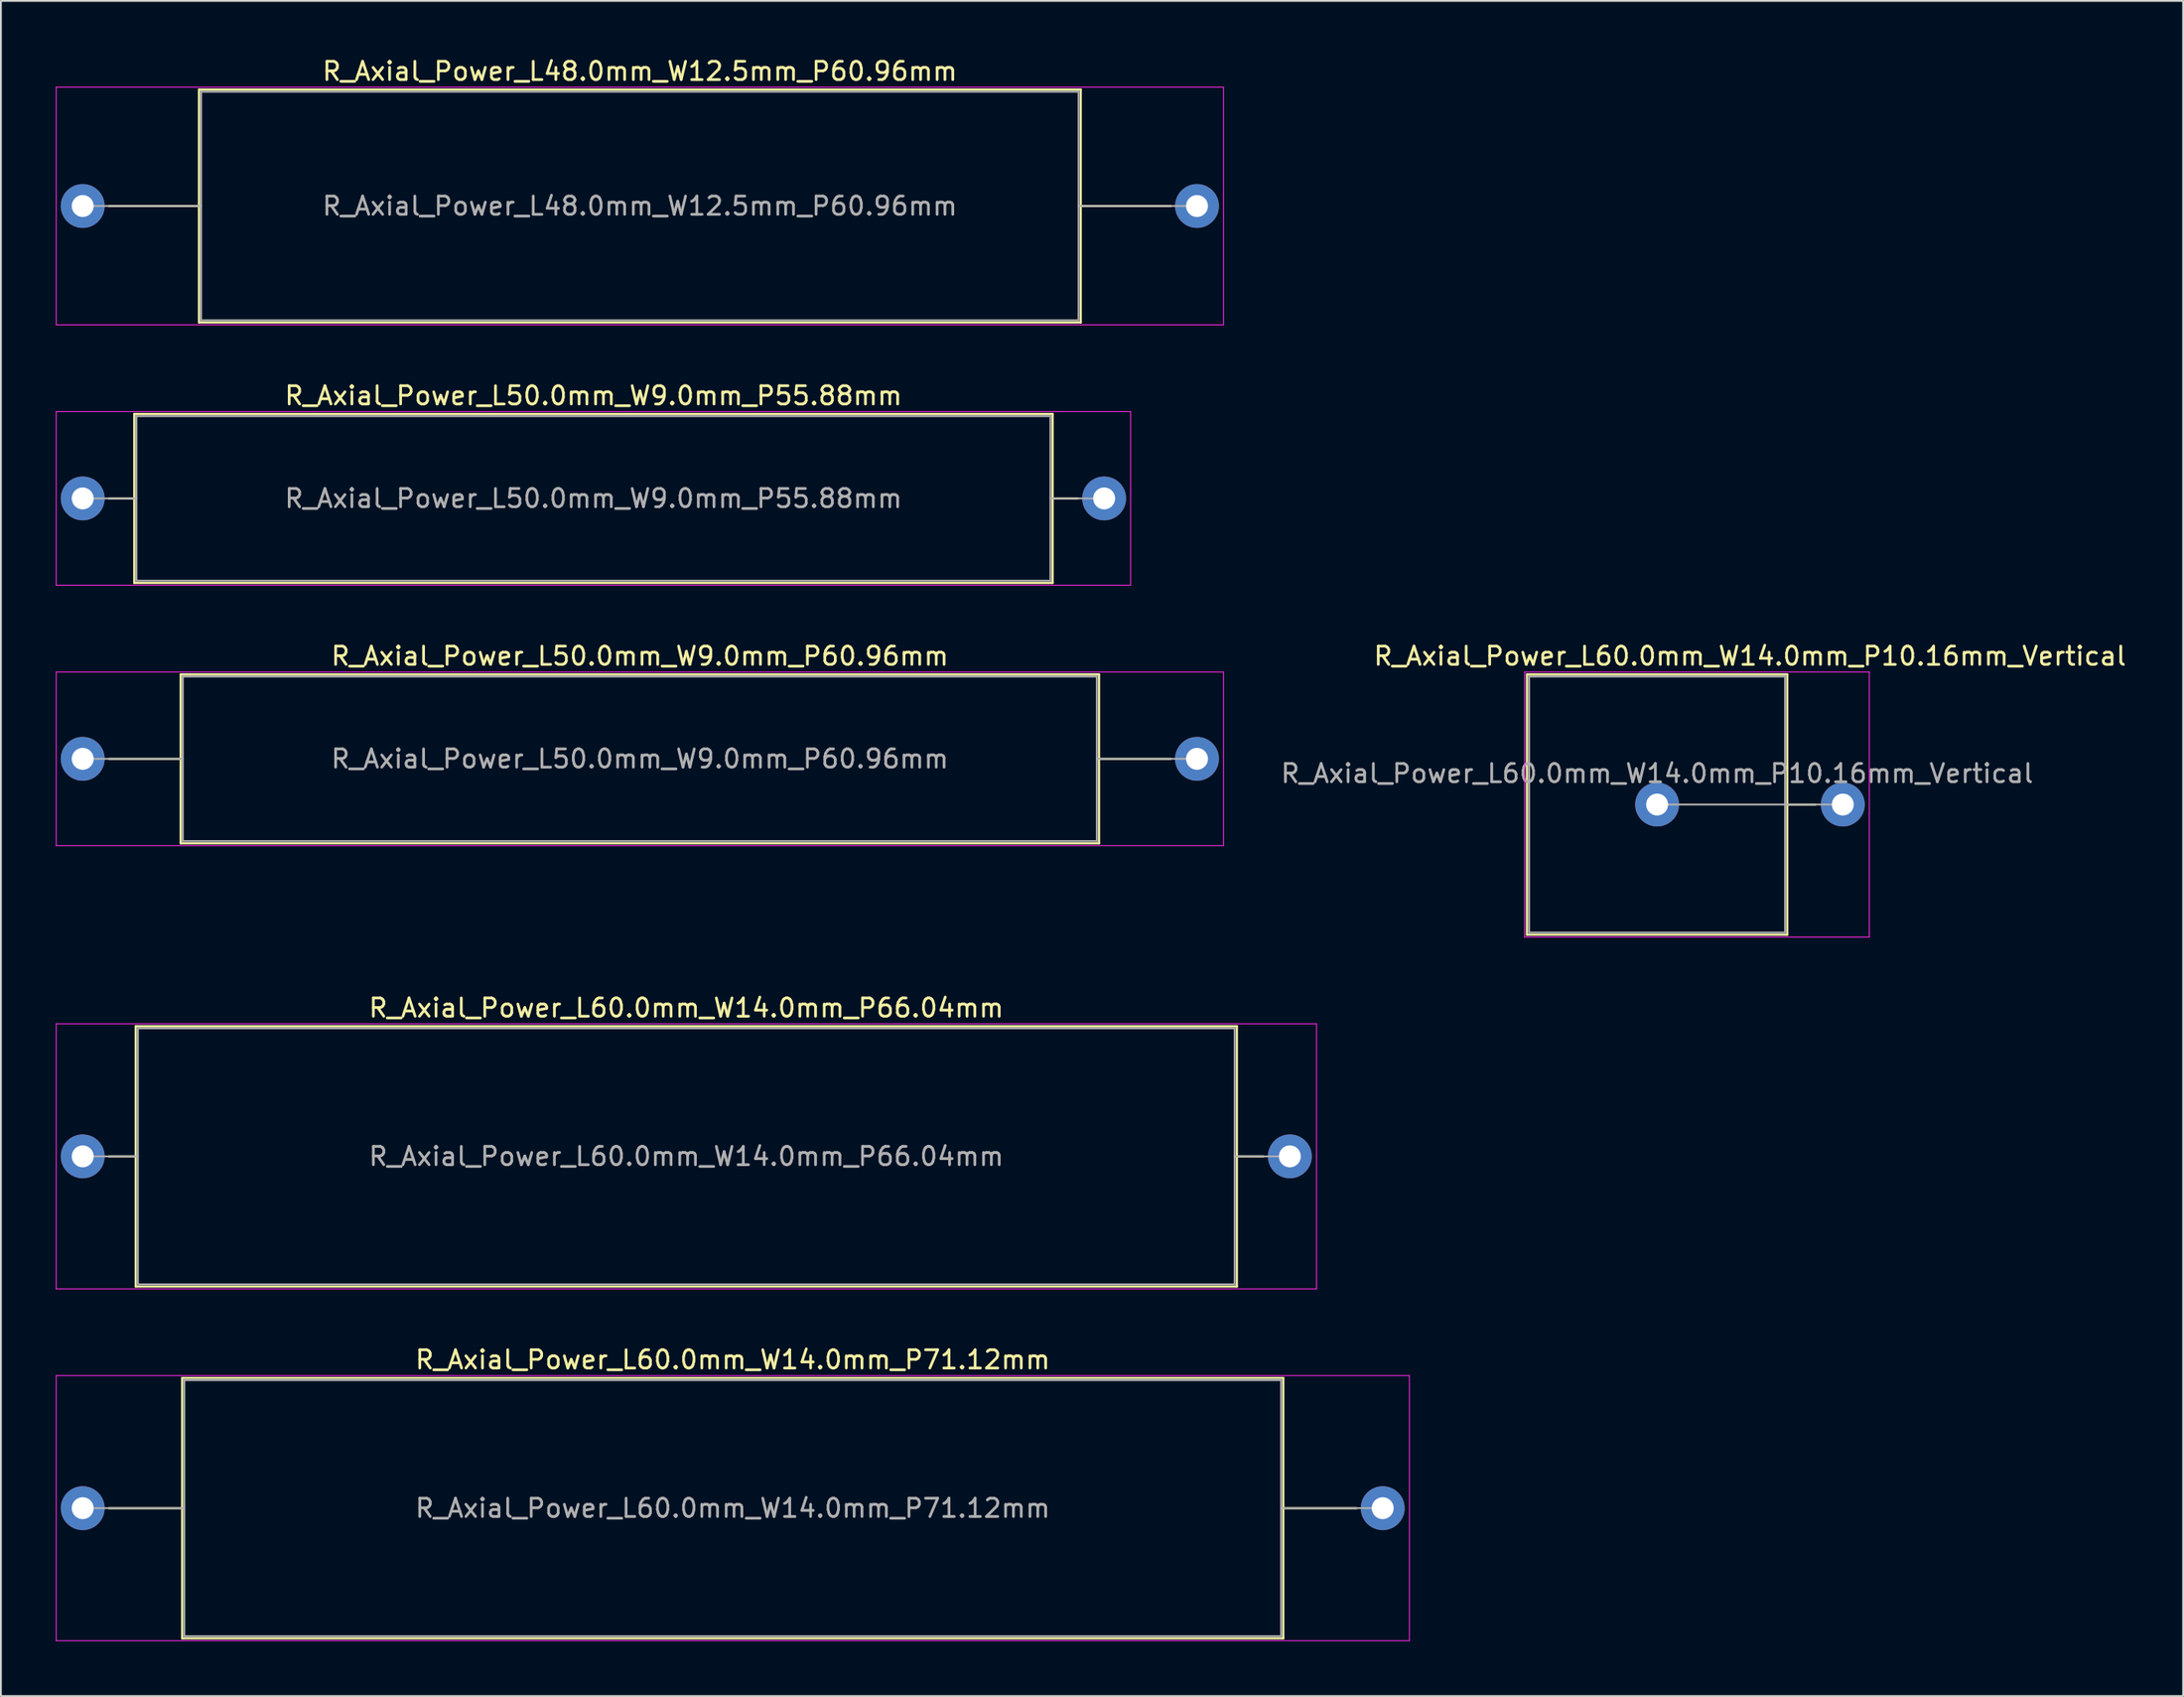
<source format=kicad_pcb>
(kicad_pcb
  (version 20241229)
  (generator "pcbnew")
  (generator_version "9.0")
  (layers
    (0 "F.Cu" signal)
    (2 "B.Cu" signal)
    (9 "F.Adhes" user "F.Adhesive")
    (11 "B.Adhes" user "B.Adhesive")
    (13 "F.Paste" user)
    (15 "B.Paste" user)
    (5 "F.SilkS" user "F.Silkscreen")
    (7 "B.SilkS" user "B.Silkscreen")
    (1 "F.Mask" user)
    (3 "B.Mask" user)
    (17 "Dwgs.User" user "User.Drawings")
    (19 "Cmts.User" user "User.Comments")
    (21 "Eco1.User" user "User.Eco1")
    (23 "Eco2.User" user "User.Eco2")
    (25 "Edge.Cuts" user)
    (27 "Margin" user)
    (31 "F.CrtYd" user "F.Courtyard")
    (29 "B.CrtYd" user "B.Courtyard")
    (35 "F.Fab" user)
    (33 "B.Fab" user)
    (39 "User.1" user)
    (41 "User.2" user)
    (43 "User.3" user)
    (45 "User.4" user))
  (footprint "R_Axial_Power_L50.0mm_W9.0mm_P55.88mm"
    (layer "F.Cu")
    (at 1.475 24.212)
    (property "Reference" "R_Axial_Power_L50.0mm_W9.0mm_P55.88mm" (at 27.94 -5.62 0) (layer "F.SilkS") (effects (font (size 1 1) (thickness 0.15))))
    (attr through_hole)
    (fp_line (start 1.44 0) (end 2.82 0) (stroke (width 0.12) (type solid)) (layer "F.SilkS"))
    (fp_line (start 2.82 -4.62) (end 2.82 4.62) (stroke (width 0.12) (type solid)) (layer "F.SilkS"))
    (fp_line (start 2.82 4.62) (end 53.06 4.62) (stroke (width 0.12) (type solid)) (layer "F.SilkS"))
    (fp_line (start 53.06 -4.62) (end 2.82 -4.62) (stroke (width 0.12) (type solid)) (layer "F.SilkS"))
    (fp_line (start 53.06 4.62) (end 53.06 -4.62) (stroke (width 0.12) (type solid)) (layer "F.SilkS"))
    (fp_line (start 54.44 0) (end 53.06 0) (stroke (width 0.12) (type solid)) (layer "F.SilkS"))
    (fp_line (start -1.45 -4.75) (end -1.45 4.75) (stroke (width 0.05) (type solid)) (layer "F.CrtYd"))
    (fp_line (start -1.45 4.75) (end 57.33 4.75) (stroke (width 0.05) (type solid)) (layer "F.CrtYd"))
    (fp_line (start 57.33 -4.75) (end -1.45 -4.75) (stroke (width 0.05) (type solid)) (layer "F.CrtYd"))
    (fp_line (start 57.33 4.75) (end 57.33 -4.75) (stroke (width 0.05) (type solid)) (layer "F.CrtYd"))
    (fp_line (start 0 0) (end 2.94 0) (stroke (width 0.1) (type solid)) (layer "F.Fab"))
    (fp_line (start 2.94 -4.5) (end 2.94 4.5) (stroke (width 0.1) (type solid)) (layer "F.Fab"))
    (fp_line (start 2.94 4.5) (end 52.94 4.5) (stroke (width 0.1) (type solid)) (layer "F.Fab"))
    (fp_line (start 52.94 -4.5) (end 2.94 -4.5) (stroke (width 0.1) (type solid)) (layer "F.Fab"))
    (fp_line (start 52.94 4.5) (end 52.94 -4.5) (stroke (width 0.1) (type solid)) (layer "F.Fab"))
    (fp_line (start 55.88 0) (end 52.94 0) (stroke (width 0.1) (type solid)) (layer "F.Fab"))
    (fp_text user "${REFERENCE}" (at 27.94 0 0) (layer "F.Fab") (effects (font (size 1 1) (thickness 0.15))))
    (pad "1" thru_hole circle (at 0 0) (size 2.4 2.4) (drill 1.2) (layers "*.Cu" "*.Mask"))
    (pad "2" thru_hole oval (at 55.88 0) (size 2.4 2.4) (drill 1.2) (layers "*.Cu" "*.Mask")))
  (footprint "R_Axial_Power_L60.0mm_W14.0mm_P66.04mm"
    (layer "F.Cu")
    (at 1.475 60.198)
    (property "Reference" "R_Axial_Power_L60.0mm_W14.0mm_P66.04mm" (at 33.02 -8.12 0) (layer "F.SilkS") (effects (font (size 1 1) (thickness 0.15))))
    (attr through_hole)
    (fp_line (start 1.44 0) (end 2.9 0) (stroke (width 0.12) (type solid)) (layer "F.SilkS"))
    (fp_line (start 2.9 -7.12) (end 2.9 7.12) (stroke (width 0.12) (type solid)) (layer "F.SilkS"))
    (fp_line (start 2.9 7.12) (end 63.14 7.12) (stroke (width 0.12) (type solid)) (layer "F.SilkS"))
    (fp_line (start 63.14 -7.12) (end 2.9 -7.12) (stroke (width 0.12) (type solid)) (layer "F.SilkS"))
    (fp_line (start 63.14 7.12) (end 63.14 -7.12) (stroke (width 0.12) (type solid)) (layer "F.SilkS"))
    (fp_line (start 64.6 0) (end 63.14 0) (stroke (width 0.12) (type solid)) (layer "F.SilkS"))
    (fp_line (start -1.45 -7.25) (end -1.45 7.25) (stroke (width 0.05) (type solid)) (layer "F.CrtYd"))
    (fp_line (start -1.45 7.25) (end 67.5 7.25) (stroke (width 0.05) (type solid)) (layer "F.CrtYd"))
    (fp_line (start 67.5 -7.25) (end -1.45 -7.25) (stroke (width 0.05) (type solid)) (layer "F.CrtYd"))
    (fp_line (start 67.5 7.25) (end 67.5 -7.25) (stroke (width 0.05) (type solid)) (layer "F.CrtYd"))
    (fp_line (start 0 0) (end 3.02 0) (stroke (width 0.1) (type solid)) (layer "F.Fab"))
    (fp_line (start 3.02 -7) (end 3.02 7) (stroke (width 0.1) (type solid)) (layer "F.Fab"))
    (fp_line (start 3.02 7) (end 63.02 7) (stroke (width 0.1) (type solid)) (layer "F.Fab"))
    (fp_line (start 63.02 -7) (end 3.02 -7) (stroke (width 0.1) (type solid)) (layer "F.Fab"))
    (fp_line (start 63.02 7) (end 63.02 -7) (stroke (width 0.1) (type solid)) (layer "F.Fab"))
    (fp_line (start 66.04 0) (end 63.02 0) (stroke (width 0.1) (type solid)) (layer "F.Fab"))
    (fp_text user "${REFERENCE}" (at 33.02 0 0) (layer "F.Fab") (effects (font (size 1 1) (thickness 0.15))))
    (pad "1" thru_hole circle (at 0 0) (size 2.4 2.4) (drill 1.2) (layers "*.Cu" "*.Mask"))
    (pad "2" thru_hole oval (at 66.04 0) (size 2.4 2.4) (drill 1.2) (layers "*.Cu" "*.Mask")))
  (footprint "R_Axial_Power_L50.0mm_W9.0mm_P60.96mm"
    (layer "F.Cu")
    (at 1.475 38.455)
    (property "Reference" "R_Axial_Power_L50.0mm_W9.0mm_P60.96mm" (at 30.48 -5.62 0) (layer "F.SilkS") (effects (font (size 1 1) (thickness 0.15))))
    (attr through_hole)
    (fp_line (start 1.44 0) (end 5.36 0) (stroke (width 0.12) (type solid)) (layer "F.SilkS"))
    (fp_line (start 5.36 -4.62) (end 5.36 4.62) (stroke (width 0.12) (type solid)) (layer "F.SilkS"))
    (fp_line (start 5.36 4.62) (end 55.6 4.62) (stroke (width 0.12) (type solid)) (layer "F.SilkS"))
    (fp_line (start 55.6 -4.62) (end 5.36 -4.62) (stroke (width 0.12) (type solid)) (layer "F.SilkS"))
    (fp_line (start 55.6 4.62) (end 55.6 -4.62) (stroke (width 0.12) (type solid)) (layer "F.SilkS"))
    (fp_line (start 59.52 0) (end 55.6 0) (stroke (width 0.12) (type solid)) (layer "F.SilkS"))
    (fp_line (start -1.45 -4.75) (end -1.45 4.75) (stroke (width 0.05) (type solid)) (layer "F.CrtYd"))
    (fp_line (start -1.45 4.75) (end 62.41 4.75) (stroke (width 0.05) (type solid)) (layer "F.CrtYd"))
    (fp_line (start 62.41 -4.75) (end -1.45 -4.75) (stroke (width 0.05) (type solid)) (layer "F.CrtYd"))
    (fp_line (start 62.41 4.75) (end 62.41 -4.75) (stroke (width 0.05) (type solid)) (layer "F.CrtYd"))
    (fp_line (start 0 0) (end 5.48 0) (stroke (width 0.1) (type solid)) (layer "F.Fab"))
    (fp_line (start 5.48 -4.5) (end 5.48 4.5) (stroke (width 0.1) (type solid)) (layer "F.Fab"))
    (fp_line (start 5.48 4.5) (end 55.48 4.5) (stroke (width 0.1) (type solid)) (layer "F.Fab"))
    (fp_line (start 55.48 -4.5) (end 5.48 -4.5) (stroke (width 0.1) (type solid)) (layer "F.Fab"))
    (fp_line (start 55.48 4.5) (end 55.48 -4.5) (stroke (width 0.1) (type solid)) (layer "F.Fab"))
    (fp_line (start 60.96 0) (end 55.48 0) (stroke (width 0.1) (type solid)) (layer "F.Fab"))
    (fp_text user "${REFERENCE}" (at 30.48 0 0) (layer "F.Fab") (effects (font (size 1 1) (thickness 0.15))))
    (pad "1" thru_hole circle (at 0 0) (size 2.4 2.4) (drill 1.2) (layers "*.Cu" "*.Mask"))
    (pad "2" thru_hole oval (at 60.96 0) (size 2.4 2.4) (drill 1.2) (layers "*.Cu" "*.Mask")))
  (footprint "R_Axial_Power_L60.0mm_W14.0mm_P71.12mm"
    (layer "F.Cu")
    (at 1.475 79.441)
    (property "Reference" "R_Axial_Power_L60.0mm_W14.0mm_P71.12mm" (at 35.56 -8.12 0) (layer "F.SilkS") (effects (font (size 1 1) (thickness 0.15))))
    (attr through_hole)
    (fp_line (start 1.44 0) (end 5.44 0) (stroke (width 0.12) (type solid)) (layer "F.SilkS"))
    (fp_line (start 5.44 -7.12) (end 5.44 7.12) (stroke (width 0.12) (type solid)) (layer "F.SilkS"))
    (fp_line (start 5.44 7.12) (end 65.68 7.12) (stroke (width 0.12) (type solid)) (layer "F.SilkS"))
    (fp_line (start 65.68 -7.12) (end 5.44 -7.12) (stroke (width 0.12) (type solid)) (layer "F.SilkS"))
    (fp_line (start 65.68 7.12) (end 65.68 -7.12) (stroke (width 0.12) (type solid)) (layer "F.SilkS"))
    (fp_line (start 69.68 0) (end 65.68 0) (stroke (width 0.12) (type solid)) (layer "F.SilkS"))
    (fp_line (start -1.45 -7.25) (end -1.45 7.25) (stroke (width 0.05) (type solid)) (layer "F.CrtYd"))
    (fp_line (start -1.45 7.25) (end 72.58 7.25) (stroke (width 0.05) (type solid)) (layer "F.CrtYd"))
    (fp_line (start 72.58 -7.25) (end -1.45 -7.25) (stroke (width 0.05) (type solid)) (layer "F.CrtYd"))
    (fp_line (start 72.58 7.25) (end 72.58 -7.25) (stroke (width 0.05) (type solid)) (layer "F.CrtYd"))
    (fp_line (start 0 0) (end 5.56 0) (stroke (width 0.1) (type solid)) (layer "F.Fab"))
    (fp_line (start 5.56 -7) (end 5.56 7) (stroke (width 0.1) (type solid)) (layer "F.Fab"))
    (fp_line (start 5.56 7) (end 65.56 7) (stroke (width 0.1) (type solid)) (layer "F.Fab"))
    (fp_line (start 65.56 -7) (end 5.56 -7) (stroke (width 0.1) (type solid)) (layer "F.Fab"))
    (fp_line (start 65.56 7) (end 65.56 -7) (stroke (width 0.1) (type solid)) (layer "F.Fab"))
    (fp_line (start 71.12 0) (end 65.56 0) (stroke (width 0.1) (type solid)) (layer "F.Fab"))
    (fp_text user "${REFERENCE}" (at 35.56 0 0) (layer "F.Fab") (effects (font (size 1 1) (thickness 0.15))))
    (pad "1" thru_hole circle (at 0 0) (size 2.4 2.4) (drill 1.2) (layers "*.Cu" "*.Mask"))
    (pad "2" thru_hole oval (at 71.12 0) (size 2.4 2.4) (drill 1.2) (layers "*.Cu" "*.Mask")))
  (footprint "R_Axial_Power_L60.0mm_W14.0mm_P10.16mm_Vertical"
    (layer "F.Cu")
    (at 87.606 40.955)
    (property "Reference" "R_Axial_Power_L60.0mm_W14.0mm_P10.16mm_Vertical" (at 5.08 -8.12 0) (layer "F.SilkS") (effects (font (size 1 1) (thickness 0.15))))
    (attr through_hole)
    (fp_line (start -7.12 -7.12) (end -7.12 7.12) (stroke (width 0.12) (type solid)) (layer "F.SilkS"))
    (fp_line (start -7.12 7.12) (end 7.12 7.12) (stroke (width 0.12) (type solid)) (layer "F.SilkS"))
    (fp_line (start 7.12 -7.12) (end -7.12 -7.12) (stroke (width 0.12) (type solid)) (layer "F.SilkS"))
    (fp_line (start 7.12 0) (end 8.66 0) (stroke (width 0.12) (type solid)) (layer "F.SilkS"))
    (fp_line (start 7.12 7.12) (end 7.12 -7.12) (stroke (width 0.12) (type solid)) (layer "F.SilkS"))
    (fp_line (start -7.25 -7.25) (end -7.25 7.25) (stroke (width 0.05) (type solid)) (layer "F.CrtYd"))
    (fp_line (start -7.25 7.25) (end 11.61 7.25) (stroke (width 0.05) (type solid)) (layer "F.CrtYd"))
    (fp_line (start 11.61 -7.25) (end -7.25 -7.25) (stroke (width 0.05) (type solid)) (layer "F.CrtYd"))
    (fp_line (start 11.61 7.25) (end 11.61 -7.25) (stroke (width 0.05) (type solid)) (layer "F.CrtYd"))
    (fp_line (start -7 -7) (end -7 7) (stroke (width 0.1) (type solid)) (layer "F.Fab"))
    (fp_line (start -7 7) (end 7 7) (stroke (width 0.1) (type solid)) (layer "F.Fab"))
    (fp_line (start 0 0) (end 10.16 0) (stroke (width 0.1) (type solid)) (layer "F.Fab"))
    (fp_line (start 7 -7) (end -7 -7) (stroke (width 0.1) (type solid)) (layer "F.Fab"))
    (fp_line (start 7 7) (end 7 -7) (stroke (width 0.1) (type solid)) (layer "F.Fab"))
    (fp_text user "${REFERENCE}" (at 0 -1.7 0) (layer "F.Fab") (effects (font (size 1 1) (thickness 0.15))))
    (pad "1" thru_hole circle (at 0 0) (size 2.4 2.4) (drill 1.2) (layers "*.Cu" "*.Mask"))
    (pad "2" thru_hole oval (at 10.16 0) (size 2.4 2.4) (drill 1.2) (layers "*.Cu" "*.Mask")))
  (footprint "R_Axial_Power_L48.0mm_W12.5mm_P60.96mm"
    (layer "F.Cu")
    (at 1.475 8.218)
    (property "Reference" "R_Axial_Power_L48.0mm_W12.5mm_P60.96mm" (at 30.48 -7.37 0) (layer "F.SilkS") (effects (font (size 1 1) (thickness 0.15))))
    (attr through_hole)
    (fp_line (start 1.44 0) (end 6.36 0) (stroke (width 0.12) (type solid)) (layer "F.SilkS"))
    (fp_line (start 6.36 -6.37) (end 6.36 6.37) (stroke (width 0.12) (type solid)) (layer "F.SilkS"))
    (fp_line (start 6.36 6.37) (end 54.6 6.37) (stroke (width 0.12) (type solid)) (layer "F.SilkS"))
    (fp_line (start 54.6 -6.37) (end 6.36 -6.37) (stroke (width 0.12) (type solid)) (layer "F.SilkS"))
    (fp_line (start 54.6 6.37) (end 54.6 -6.37) (stroke (width 0.12) (type solid)) (layer "F.SilkS"))
    (fp_line (start 59.52 0) (end 54.6 0) (stroke (width 0.12) (type solid)) (layer "F.SilkS"))
    (fp_line (start -1.45 -6.5) (end -1.45 6.5) (stroke (width 0.05) (type solid)) (layer "F.CrtYd"))
    (fp_line (start -1.45 6.5) (end 62.41 6.5) (stroke (width 0.05) (type solid)) (layer "F.CrtYd"))
    (fp_line (start 62.41 -6.5) (end -1.45 -6.5) (stroke (width 0.05) (type solid)) (layer "F.CrtYd"))
    (fp_line (start 62.41 6.5) (end 62.41 -6.5) (stroke (width 0.05) (type solid)) (layer "F.CrtYd"))
    (fp_line (start 0 0) (end 6.48 0) (stroke (width 0.1) (type solid)) (layer "F.Fab"))
    (fp_line (start 6.48 -6.25) (end 6.48 6.25) (stroke (width 0.1) (type solid)) (layer "F.Fab"))
    (fp_line (start 6.48 6.25) (end 54.48 6.25) (stroke (width 0.1) (type solid)) (layer "F.Fab"))
    (fp_line (start 54.48 -6.25) (end 6.48 -6.25) (stroke (width 0.1) (type solid)) (layer "F.Fab"))
    (fp_line (start 54.48 6.25) (end 54.48 -6.25) (stroke (width 0.1) (type solid)) (layer "F.Fab"))
    (fp_line (start 60.96 0) (end 54.48 0) (stroke (width 0.1) (type solid)) (layer "F.Fab"))
    (fp_text user "${REFERENCE}" (at 30.48 0 0) (layer "F.Fab") (effects (font (size 1 1) (thickness 0.15))))
    (pad "1" thru_hole circle (at 0 0) (size 2.4 2.4) (drill 1.2) (layers "*.Cu" "*.Mask"))
    (pad "2" thru_hole oval (at 60.96 0) (size 2.4 2.4) (drill 1.2) (layers "*.Cu" "*.Mask")))
  (gr_rect
    (start -3 -3)
    (end 116.383 89.716)
    (stroke (width 0.1) (type default))
    (fill no)
    (layer "Edge.Cuts")))
</source>
